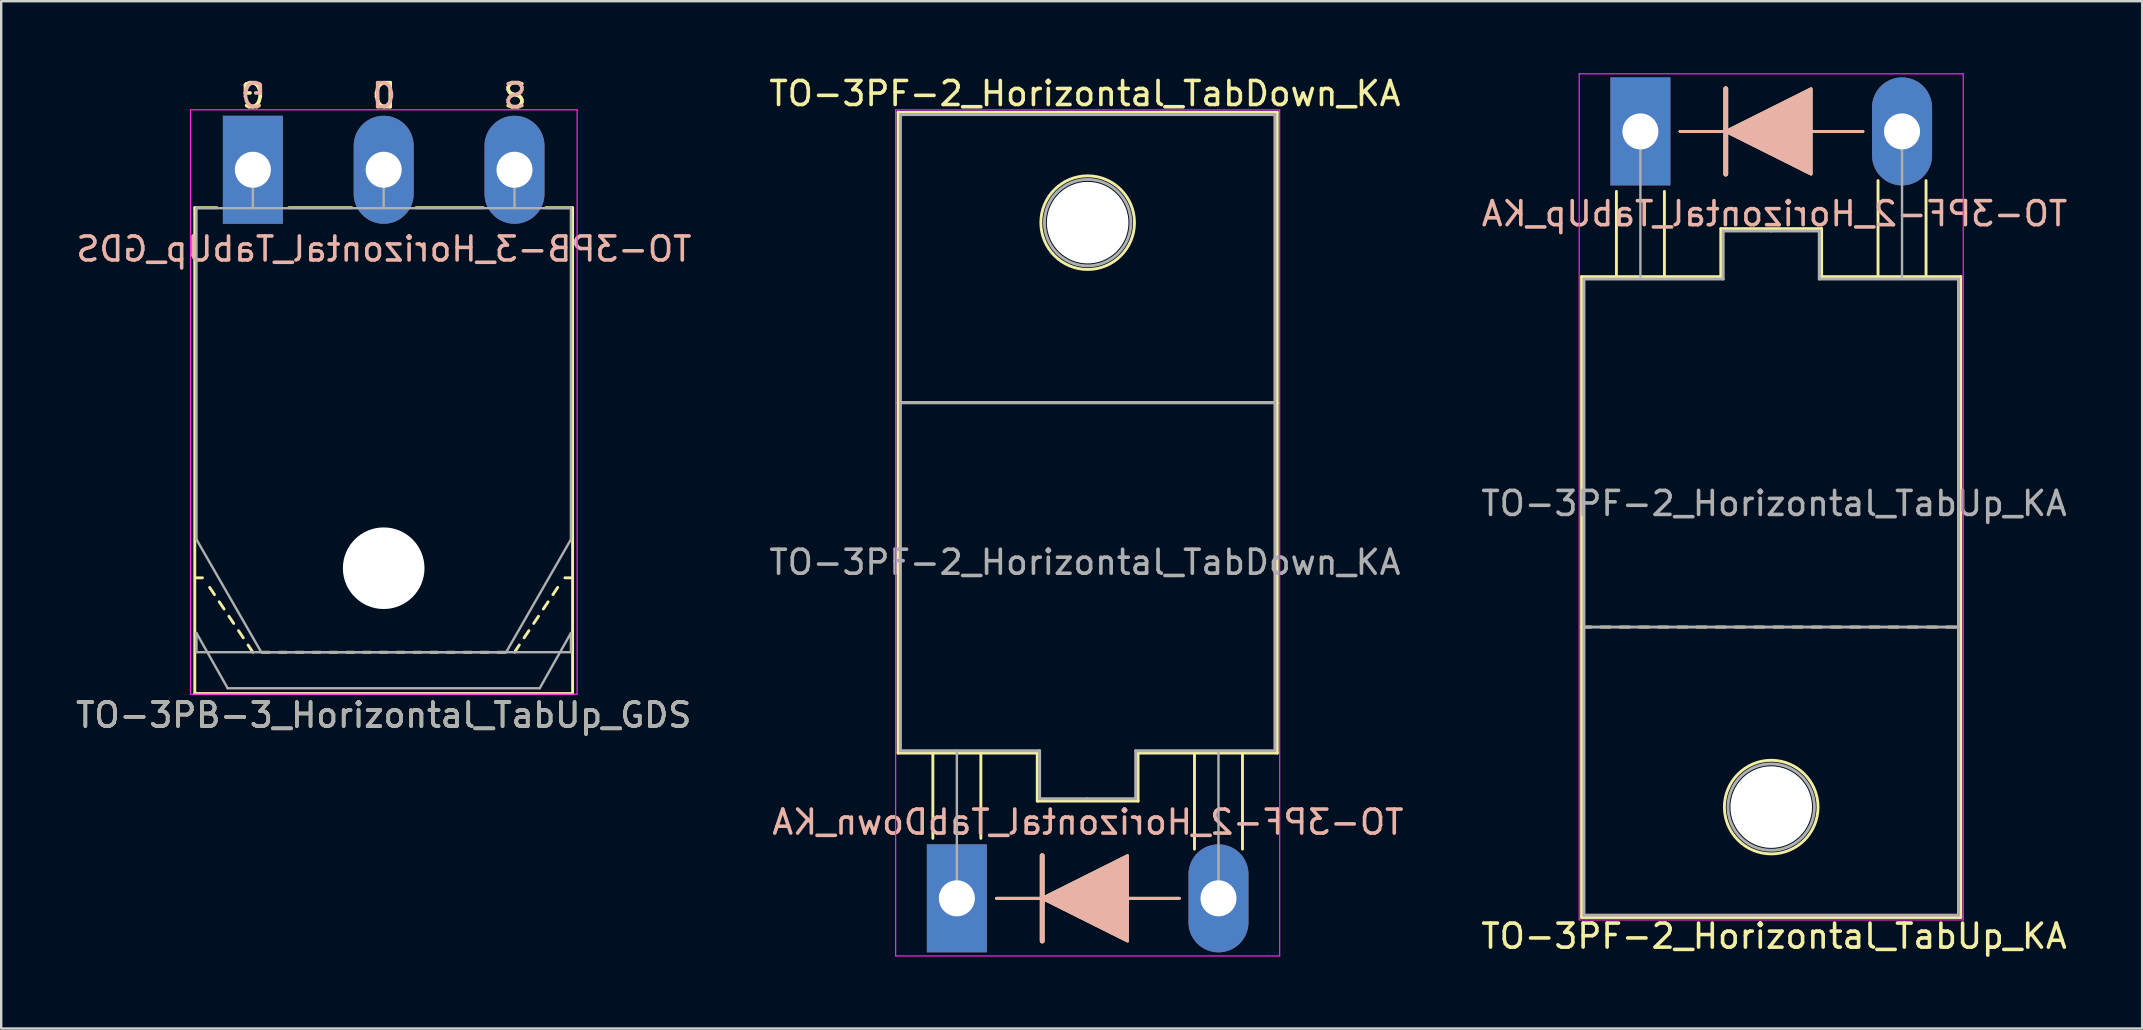
<source format=kicad_pcb>
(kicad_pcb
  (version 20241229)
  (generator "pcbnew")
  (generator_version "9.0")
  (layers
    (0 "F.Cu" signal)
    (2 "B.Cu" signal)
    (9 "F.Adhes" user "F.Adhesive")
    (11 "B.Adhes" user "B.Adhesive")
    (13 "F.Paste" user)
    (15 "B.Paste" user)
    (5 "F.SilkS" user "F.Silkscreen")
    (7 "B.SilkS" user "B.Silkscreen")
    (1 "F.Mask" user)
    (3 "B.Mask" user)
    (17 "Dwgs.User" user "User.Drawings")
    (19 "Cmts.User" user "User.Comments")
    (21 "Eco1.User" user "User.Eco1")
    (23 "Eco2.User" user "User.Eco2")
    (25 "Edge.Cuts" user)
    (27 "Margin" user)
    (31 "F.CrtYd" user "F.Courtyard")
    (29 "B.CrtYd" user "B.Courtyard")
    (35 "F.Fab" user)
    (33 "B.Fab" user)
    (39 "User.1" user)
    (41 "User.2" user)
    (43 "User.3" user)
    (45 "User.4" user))
  (footprint "TO-3PF-2_Horizontal_TabDown_KA"
    (layer "F.Cu")
    (at 36.814 34.376)
    (property "Reference" "TO-3PF-2_Horizontal_TabDown_KA" (at 5.334 -33.528 0) (layer "F.SilkS") (effects (font (size 1 1) (thickness 0.15))))
    (attr through_hole)
    (fp_line (start -2.45 -32.75) (end 13.35 -32.75) (stroke (width 0.12) (type solid)) (layer "F.SilkS"))
    (fp_line (start -2.45 -6.05) (end -2.45 -32.75) (stroke (width 0.12) (type solid)) (layer "F.SilkS"))
    (fp_line (start -1 -6) (end -1 -2.5) (stroke (width 0.12) (type solid)) (layer "F.SilkS"))
    (fp_line (start 1 -6) (end 1 -2.5) (stroke (width 0.12) (type solid)) (layer "F.SilkS"))
    (fp_line (start 1.651 0) (end 9.271 0) (stroke (width 0.12) (type default)) (layer "F.SilkS"))
    (fp_line (start 3.35 -6.05) (end -2.45 -6.05) (stroke (width 0.12) (type solid)) (layer "F.SilkS"))
    (fp_line (start 3.35 -4.05) (end 3.35 -6.05) (stroke (width 0.12) (type solid)) (layer "F.SilkS"))
    (fp_line (start 3.556 -1.778) (end 3.556 0) (stroke (width 0.2) (type default)) (layer "F.SilkS"))
    (fp_line (start 3.556 1.778) (end 3.556 0) (stroke (width 0.2) (type default)) (layer "F.SilkS"))
    (fp_line (start 7.55 -6.05) (end 7.55 -4.05) (stroke (width 0.12) (type solid)) (layer "F.SilkS"))
    (fp_line (start 7.55 -4.05) (end 3.35 -4.05) (stroke (width 0.12) (type solid)) (layer "F.SilkS"))
    (fp_line (start 9.9 -6) (end 9.9 -2.05) (stroke (width 0.12) (type solid)) (layer "F.SilkS"))
    (fp_line (start 11.9 -6) (end 11.9 -2.05) (stroke (width 0.12) (type solid)) (layer "F.SilkS"))
    (fp_line (start 13.35 -32.75) (end 13.35 -6.05) (stroke (width 0.12) (type solid)) (layer "F.SilkS"))
    (fp_line (start 13.35 -20.65) (end -2.45 -20.65) (stroke (width 0.12) (type solid)) (layer "F.SilkS"))
    (fp_line (start 13.35 -6.05) (end 7.55 -6.05) (stroke (width 0.12) (type solid)) (layer "F.SilkS"))
    (fp_circle (center 5.45 -28.15) (end 7.4 -28.15) (stroke (width 0.12) (type solid)) (fill no) (layer "F.SilkS"))
    (fp_poly (pts (xy 3.556 0) (xy 7.112 -1.778) (xy 7.112 1.778)) (stroke (width 0.12) (type solid)) (fill yes) (layer "F.SilkS"))
    (fp_line (start 1.651 0) (end 9.271 0) (stroke (width 0.12) (type default)) (layer "B.SilkS"))
    (fp_line (start 3.556 -1.778) (end 3.556 0) (stroke (width 0.2) (type default)) (layer "B.SilkS"))
    (fp_line (start 3.556 1.778) (end 3.556 0) (stroke (width 0.2) (type default)) (layer "B.SilkS"))
    (fp_poly (pts (xy 3.556 0) (xy 7.112 1.778) (xy 7.112 -1.778)) (stroke (width 0.12) (type solid)) (fill yes) (layer "B.SilkS"))
    (fp_line (start -2.55 -32.85) (end -2.55 2.4) (stroke (width 0.05) (type solid)) (layer "F.CrtYd"))
    (fp_line (start -2.55 2.4) (end 13.45 2.4) (stroke (width 0.05) (type solid)) (layer "F.CrtYd"))
    (fp_line (start 13.45 -32.85) (end -2.55 -32.85) (stroke (width 0.05) (type solid)) (layer "F.CrtYd"))
    (fp_line (start 13.45 2.4) (end 13.45 -32.85) (stroke (width 0.05) (type solid)) (layer "F.CrtYd"))
    (fp_line (start -2.35 -32.65) (end 13.25 -32.65) (stroke (width 0.12) (type solid)) (layer "F.Fab"))
    (fp_line (start -2.35 -20.65) (end 13.25 -20.65) (stroke (width 0.12) (type solid)) (layer "F.Fab"))
    (fp_line (start -2.35 -6.15) (end -2.35 -32.65) (stroke (width 0.12) (type solid)) (layer "F.Fab"))
    (fp_line (start 0 0) (end 0 -6.15) (stroke (width 0.1) (type solid)) (layer "F.Fab"))
    (fp_line (start 3.45 -6.15) (end -2.35 -6.15) (stroke (width 0.12) (type solid)) (layer "F.Fab"))
    (fp_line (start 3.45 -4.15) (end 3.45 -6.15) (stroke (width 0.12) (type solid)) (layer "F.Fab"))
    (fp_line (start 5.45 -4.15) (end 3.45 -4.15) (stroke (width 0.12) (type solid)) (layer "F.Fab"))
    (fp_line (start 5.45 -4.15) (end 7.45 -4.15) (stroke (width 0.12) (type solid)) (layer "F.Fab"))
    (fp_line (start 7.45 -4.15) (end 7.45 -6.15) (stroke (width 0.12) (type solid)) (layer "F.Fab"))
    (fp_line (start 10.9 -6.1) (end 10.9 0) (stroke (width 0.1) (type solid)) (layer "F.Fab"))
    (fp_line (start 13.25 -32.65) (end 13.25 -6.15) (stroke (width 0.12) (type solid)) (layer "F.Fab"))
    (fp_line (start 13.25 -6.15) (end 7.45 -6.15) (stroke (width 0.12) (type solid)) (layer "F.Fab"))
    (fp_circle (center 5.45 -28.15) (end 7.25 -28.15) (stroke (width 0.12) (type solid)) (fill no) (layer "F.Fab"))
    (fp_text user "${REFERENCE}" (at 5.461 -3.175 0) (layer "B.SilkS") (effects (font (size 1 1) (thickness 0.15)) (justify mirror)))
    (fp_text user "${REFERENCE}" (at 5.334 -14 0) (layer "F.Fab") (effects (font (size 1 1) (thickness 0.15))))
    (pad "" np_thru_hole circle (at 5.45 -28.15) (size 3.4 3.4) (drill 3.4) (layers "*.Cu" "*.Mask"))
    (pad "1" thru_hole rect (at 0 0) (size 2.5 4.5) (drill 1.5) (layers "*.Cu" "*.Mask"))
    (pad "2" thru_hole oval (at 10.9 0) (size 2.5 4.5) (drill 1.5) (layers "*.Cu" "*.Mask")))
  (footprint "TO-3PF-2_Horizontal_TabUp_KA"
    (layer "F.Cu")
    (at 65.292 2.425)
    (property "Reference" "TO-3PF-2_Horizontal_TabUp_KA" (at 5.566 33.528 180) (layer "F.SilkS") (effects (font (size 1 1) (thickness 0.15))))
    (attr through_hole)
    (fp_line (start -2.45 6.05) (end 3.35 6.05) (stroke (width 0.12) (type solid)) (layer "F.SilkS"))
    (fp_line (start -2.45 20.65) (end -2.05 20.65) (stroke (width 0.12) (type solid)) (layer "F.SilkS"))
    (fp_line (start -2.45 32.75) (end -2.45 6.05) (stroke (width 0.12) (type solid)) (layer "F.SilkS"))
    (fp_line (start -1.65 20.65) (end -1.25 20.65) (stroke (width 0.12) (type solid)) (layer "F.SilkS"))
    (fp_line (start -1 6) (end -1 2.5) (stroke (width 0.12) (type solid)) (layer "F.SilkS"))
    (fp_line (start -0.85 20.65) (end -0.45 20.65) (stroke (width 0.12) (type solid)) (layer "F.SilkS"))
    (fp_line (start -0.05 20.65) (end 0.35 20.65) (stroke (width 0.12) (type solid)) (layer "F.SilkS"))
    (fp_line (start 0.75 20.65) (end 1.15 20.65) (stroke (width 0.12) (type solid)) (layer "F.SilkS"))
    (fp_line (start 1 6) (end 1 2.5) (stroke (width 0.12) (type solid)) (layer "F.SilkS"))
    (fp_line (start 1.55 20.65) (end 1.95 20.65) (stroke (width 0.12) (type solid)) (layer "F.SilkS"))
    (fp_line (start 1.651 0) (end 9.271 0) (stroke (width 0.12) (type default)) (layer "F.SilkS"))
    (fp_line (start 2.35 20.65) (end 2.75 20.65) (stroke (width 0.12) (type solid)) (layer "F.SilkS"))
    (fp_line (start 3.15 20.65) (end 3.55 20.65) (stroke (width 0.12) (type solid)) (layer "F.SilkS"))
    (fp_line (start 3.35 4.05) (end 7.55 4.05) (stroke (width 0.12) (type solid)) (layer "F.SilkS"))
    (fp_line (start 3.35 6.05) (end 3.35 4.05) (stroke (width 0.12) (type solid)) (layer "F.SilkS"))
    (fp_line (start 3.556 -1.778) (end 3.556 0) (stroke (width 0.2) (type default)) (layer "F.SilkS"))
    (fp_line (start 3.556 1.778) (end 3.556 0) (stroke (width 0.2) (type default)) (layer "F.SilkS"))
    (fp_line (start 3.95 20.65) (end 4.35 20.65) (stroke (width 0.12) (type solid)) (layer "F.SilkS"))
    (fp_line (start 4.75 20.65) (end 5.15 20.65) (stroke (width 0.12) (type solid)) (layer "F.SilkS"))
    (fp_line (start 5.55 20.65) (end 5.95 20.65) (stroke (width 0.12) (type solid)) (layer "F.SilkS"))
    (fp_line (start 6.35 20.65) (end 6.75 20.65) (stroke (width 0.12) (type solid)) (layer "F.SilkS"))
    (fp_line (start 7.15 20.65) (end 7.55 20.65) (stroke (width 0.12) (type solid)) (layer "F.SilkS"))
    (fp_line (start 7.55 4.05) (end 7.55 6.05) (stroke (width 0.12) (type solid)) (layer "F.SilkS"))
    (fp_line (start 7.55 6.05) (end 13.35 6.05) (stroke (width 0.12) (type solid)) (layer "F.SilkS"))
    (fp_line (start 7.95 20.65) (end 8.35 20.65) (stroke (width 0.12) (type solid)) (layer "F.SilkS"))
    (fp_line (start 8.75 20.65) (end 9.15 20.65) (stroke (width 0.12) (type solid)) (layer "F.SilkS"))
    (fp_line (start 9.55 20.65) (end 9.95 20.65) (stroke (width 0.12) (type solid)) (layer "F.SilkS"))
    (fp_line (start 9.9 6) (end 9.9 2.05) (stroke (width 0.12) (type solid)) (layer "F.SilkS"))
    (fp_line (start 10.35 20.65) (end 10.75 20.65) (stroke (width 0.12) (type solid)) (layer "F.SilkS"))
    (fp_line (start 11.15 20.65) (end 11.55 20.65) (stroke (width 0.12) (type solid)) (layer "F.SilkS"))
    (fp_line (start 11.9 6) (end 11.9 2.05) (stroke (width 0.12) (type solid)) (layer "F.SilkS"))
    (fp_line (start 11.95 20.65) (end 12.35 20.65) (stroke (width 0.12) (type solid)) (layer "F.SilkS"))
    (fp_line (start 12.75 20.65) (end 13.15 20.65) (stroke (width 0.12) (type solid)) (layer "F.SilkS"))
    (fp_line (start 13.35 6.05) (end 13.35 32.75) (stroke (width 0.12) (type solid)) (layer "F.SilkS"))
    (fp_line (start 13.35 32.75) (end -2.45 32.75) (stroke (width 0.12) (type solid)) (layer "F.SilkS"))
    (fp_circle (center 5.45 28.15) (end 3.5 28.15) (stroke (width 0.12) (type solid)) (fill no) (layer "F.SilkS"))
    (fp_poly (pts (xy 3.556 0) (xy 7.112 -1.778) (xy 7.112 1.778)) (stroke (width 0.12) (type solid)) (fill yes) (layer "F.SilkS"))
    (fp_line (start 1.651 0) (end 9.271 0) (stroke (width 0.12) (type default)) (layer "B.SilkS"))
    (fp_line (start 3.556 -1.778) (end 3.556 0) (stroke (width 0.2) (type default)) (layer "B.SilkS"))
    (fp_line (start 3.556 1.778) (end 3.556 0) (stroke (width 0.2) (type default)) (layer "B.SilkS"))
    (fp_poly (pts (xy 3.556 0) (xy 7.112 1.778) (xy 7.112 -1.778)) (stroke (width 0.12) (type solid)) (fill yes) (layer "B.SilkS"))
    (fp_line (start -2.55 -2.4) (end -2.55 32.85) (stroke (width 0.05) (type solid)) (layer "F.CrtYd"))
    (fp_line (start -2.55 32.85) (end 13.45 32.85) (stroke (width 0.05) (type solid)) (layer "F.CrtYd"))
    (fp_line (start 13.45 -2.4) (end -2.55 -2.4) (stroke (width 0.05) (type solid)) (layer "F.CrtYd"))
    (fp_line (start 13.45 32.85) (end 13.45 -2.4) (stroke (width 0.05) (type solid)) (layer "F.CrtYd"))
    (fp_line (start -2.35 6.15) (end 3.45 6.15) (stroke (width 0.12) (type solid)) (layer "F.Fab"))
    (fp_line (start -2.35 32.65) (end -2.35 6.15) (stroke (width 0.12) (type solid)) (layer "F.Fab"))
    (fp_line (start 0 6.1) (end 0 0) (stroke (width 0.1) (type solid)) (layer "F.Fab"))
    (fp_line (start 3.45 4.15) (end 3.45 6.15) (stroke (width 0.12) (type solid)) (layer "F.Fab"))
    (fp_line (start 5.45 4.15) (end 3.45 4.15) (stroke (width 0.12) (type solid)) (layer "F.Fab"))
    (fp_line (start 5.45 4.15) (end 7.45 4.15) (stroke (width 0.12) (type solid)) (layer "F.Fab"))
    (fp_line (start 7.45 4.15) (end 7.45 6.15) (stroke (width 0.12) (type solid)) (layer "F.Fab"))
    (fp_line (start 7.45 6.15) (end 13.25 6.15) (stroke (width 0.12) (type solid)) (layer "F.Fab"))
    (fp_line (start 10.9 0) (end 10.9 6.15) (stroke (width 0.1) (type solid)) (layer "F.Fab"))
    (fp_line (start 13.25 6.15) (end 13.25 32.65) (stroke (width 0.12) (type solid)) (layer "F.Fab"))
    (fp_line (start 13.25 20.65) (end -2.35 20.65) (stroke (width 0.12) (type solid)) (layer "F.Fab"))
    (fp_line (start 13.25 32.65) (end -2.35 32.65) (stroke (width 0.12) (type solid)) (layer "F.Fab"))
    (fp_circle (center 5.45 28.15) (end 3.65 28.15) (stroke (width 0.12) (type solid)) (fill no) (layer "F.Fab"))
    (fp_text user "${REFERENCE}" (at 5.588 3.429 0) (layer "B.SilkS") (effects (font (size 1 1) (thickness 0.15)) (justify mirror)))
    (fp_text user "${REFERENCE}" (at 5.566 15.5 180) (layer "F.Fab") (effects (font (size 1 1) (thickness 0.15))))
    (pad "" np_thru_hole circle (at 5.45 28.15) (size 3.4 3.4) (drill 3.4) (layers "*.Cu" "*.Mask"))
    (pad "1" thru_hole rect (at 0 0) (size 2.5 4.5) (drill 1.5) (layers "*.Cu" "*.Mask"))
    (pad "2" thru_hole oval (at 10.9 0) (size 2.5 4.5) (drill 1.5) (layers "*.Cu" "*.Mask")))
  (footprint "TO-3PB-3_Horizontal_TabUp_GDS"
    (layer "F.Cu")
    (at 7.485 4.023)
    (property "Reference" "TO-3PB-3_Horizontal_TabUp_GDS" (at 5.45 22.72 0) (layer "F.SilkS") (effects (font (size 1 1) (thickness 0.15))))
    (fp_line (start -2.42 21.82) (end -2.42 1.58) (stroke (width 0.12) (type solid)) (layer "F.SilkS"))
    (fp_line (start -2.1 17) (end -2.4 17) (stroke (width 0.12) (type solid)) (layer "F.SilkS"))
    (fp_line (start -1.8 17.4) (end -1.6 17.7) (stroke (width 0.12) (type solid)) (layer "F.SilkS"))
    (fp_line (start -1.5 1.58) (end -2.42 1.58) (stroke (width 0.12) (type solid)) (layer "F.SilkS"))
    (fp_line (start -1.4 18) (end -1.2 18.3) (stroke (width 0.12) (type solid)) (layer "F.SilkS"))
    (fp_line (start -1 18.6) (end -0.8 18.9) (stroke (width 0.12) (type solid)) (layer "F.SilkS"))
    (fp_line (start -0.6 19.2) (end -0.4 19.5) (stroke (width 0.12) (type solid)) (layer "F.SilkS"))
    (fp_line (start -0.2 19.8) (end 0 20.1) (stroke (width 0.12) (type solid)) (layer "F.SilkS"))
    (fp_line (start 0.7 20.1) (end 0.4 20.1) (stroke (width 0.12) (type solid)) (layer "F.SilkS"))
    (fp_line (start 1.4 20.1) (end 1.1 20.1) (stroke (width 0.12) (type solid)) (layer "F.SilkS"))
    (fp_line (start 2.1 20.1) (end 1.8 20.1) (stroke (width 0.12) (type solid)) (layer "F.SilkS"))
    (fp_line (start 2.8 20.1) (end 2.5 20.1) (stroke (width 0.12) (type solid)) (layer "F.SilkS"))
    (fp_line (start 3.5 20.1) (end 3.2 20.1) (stroke (width 0.12) (type solid)) (layer "F.SilkS"))
    (fp_line (start 4.12 1.58) (end 1.5 1.58) (stroke (width 0.12) (type solid)) (layer "F.SilkS"))
    (fp_line (start 4.2 20.1) (end 3.9 20.1) (stroke (width 0.12) (type solid)) (layer "F.SilkS"))
    (fp_line (start 4.9 20.1) (end 4.6 20.1) (stroke (width 0.12) (type solid)) (layer "F.SilkS"))
    (fp_line (start 5.6 20.1) (end 5.3 20.1) (stroke (width 0.12) (type solid)) (layer "F.SilkS"))
    (fp_line (start 6.3 20.1) (end 6 20.1) (stroke (width 0.12) (type solid)) (layer "F.SilkS"))
    (fp_line (start 7 20.1) (end 6.7 20.1) (stroke (width 0.12) (type solid)) (layer "F.SilkS"))
    (fp_line (start 7.7 20.1) (end 7.4 20.1) (stroke (width 0.12) (type solid)) (layer "F.SilkS"))
    (fp_line (start 8.4 20.1) (end 8.1 20.1) (stroke (width 0.12) (type solid)) (layer "F.SilkS"))
    (fp_line (start 9.1 20.1) (end 8.8 20.1) (stroke (width 0.12) (type solid)) (layer "F.SilkS"))
    (fp_line (start 9.6 1.58) (end 6.8 1.58) (stroke (width 0.12) (type solid)) (layer "F.SilkS"))
    (fp_line (start 9.8 20.1) (end 9.5 20.1) (stroke (width 0.12) (type solid)) (layer "F.SilkS"))
    (fp_line (start 10.5 20.1) (end 10.2 20.1) (stroke (width 0.12) (type solid)) (layer "F.SilkS"))
    (fp_line (start 11.1 19.8) (end 10.9 20.1) (stroke (width 0.12) (type solid)) (layer "F.SilkS"))
    (fp_line (start 11.5 19.2) (end 11.3 19.5) (stroke (width 0.12) (type solid)) (layer "F.SilkS"))
    (fp_line (start 11.9 18.6) (end 11.7 18.9) (stroke (width 0.12) (type solid)) (layer "F.SilkS"))
    (fp_line (start 12.3 18) (end 12.1 18.3) (stroke (width 0.12) (type solid)) (layer "F.SilkS"))
    (fp_line (start 12.7 17.4) (end 12.5 17.7) (stroke (width 0.12) (type solid)) (layer "F.SilkS"))
    (fp_line (start 13 17) (end 13.3 17) (stroke (width 0.12) (type solid)) (layer "F.SilkS"))
    (fp_line (start 13.32 1.58) (end 12.2 1.58) (stroke (width 0.12) (type solid)) (layer "F.SilkS"))
    (fp_line (start 13.32 21.82) (end -2.42 21.82) (stroke (width 0.12) (type solid)) (layer "F.SilkS"))
    (fp_line (start 13.32 21.82) (end 13.32 1.58) (stroke (width 0.12) (type solid)) (layer "F.SilkS"))
    (fp_line (start -2.6 -2.5) (end -2.6 21.85) (stroke (width 0.05) (type solid)) (layer "F.CrtYd"))
    (fp_line (start -2.6 21.85) (end 13.51 21.85) (stroke (width 0.05) (type solid)) (layer "F.CrtYd"))
    (fp_line (start 13.51 -2.5) (end -2.6 -2.5) (stroke (width 0.05) (type solid)) (layer "F.CrtYd"))
    (fp_line (start 13.51 21.85) (end 13.51 -2.5) (stroke (width 0.05) (type solid)) (layer "F.CrtYd"))
    (fp_line (start -2.35 1.6) (end -2.35 15.401) (stroke (width 0.1) (type solid)) (layer "F.Fab"))
    (fp_line (start -2.35 15.401) (end 0.351 20.1) (stroke (width 0.1) (type solid)) (layer "F.Fab"))
    (fp_line (start -2.35 19.3) (end -1.05 21.6) (stroke (width 0.1) (type solid)) (layer "F.Fab"))
    (fp_line (start -2.35 20.1) (end -2.35 19.3) (stroke (width 0.1) (type solid)) (layer "F.Fab"))
    (fp_line (start -1.05 21.6) (end 11.95 21.6) (stroke (width 0.1) (type solid)) (layer "F.Fab"))
    (fp_line (start 0 1.6) (end 0 0) (stroke (width 0.1) (type solid)) (layer "F.Fab"))
    (fp_line (start 0.351 20.1) (end 10.55 20.1) (stroke (width 0.1) (type solid)) (layer "F.Fab"))
    (fp_line (start 5.45 1.6) (end 5.45 0) (stroke (width 0.1) (type solid)) (layer "F.Fab"))
    (fp_line (start 10.55 20.1) (end 13.25 15.401) (stroke (width 0.1) (type solid)) (layer "F.Fab"))
    (fp_line (start 10.9 1.6) (end 10.9 0) (stroke (width 0.1) (type solid)) (layer "F.Fab"))
    (fp_line (start 11.95 21.6) (end 13.25 19.3) (stroke (width 0.1) (type solid)) (layer "F.Fab"))
    (fp_line (start 13.25 1.6) (end -2.35 1.6) (stroke (width 0.1) (type solid)) (layer "F.Fab"))
    (fp_line (start 13.25 15.401) (end 13.25 1.6) (stroke (width 0.1) (type solid)) (layer "F.Fab"))
    (fp_line (start 13.25 19.3) (end 13.25 20.1) (stroke (width 0.1) (type solid)) (layer "F.Fab"))
    (fp_line (start 13.25 20.1) (end -2.35 20.1) (stroke (width 0.1) (type solid)) (layer "F.Fab"))
    (fp_circle (center 5.45 16.6) (end 7.05 16.6) (stroke (width 0.1) (type solid)) (fill no) (layer "F.Fab"))
    (fp_text user "D" (at 5.461 -3.175 180) (unlocked yes) (layer "F.SilkS") (effects (font (size 1 1) (thickness 0.15))))
    (fp_text user "G" (at 0 -3.175 180) (unlocked yes) (layer "F.SilkS") (effects (font (size 1 1) (thickness 0.15))))
    (fp_text user "S" (at 10.922 -3.175 180) (unlocked yes) (layer "F.SilkS") (effects (font (size 1 1) (thickness 0.15))))
    (fp_text user "D" (at 5.461 -3.175 180) (unlocked yes) (layer "B.SilkS") (effects (font (size 1 1) (thickness 0.15)) (justify mirror)))
    (fp_text user "S" (at 10.922 -3.175 180) (unlocked yes) (layer "B.SilkS") (effects (font (size 1 1) (thickness 0.15)) (justify mirror)))
    (fp_text user "G" (at 0 -3.175 180) (unlocked yes) (layer "B.SilkS") (effects (font (size 1 1) (thickness 0.15)) (justify mirror)))
    (fp_text user "${REFERENCE}" (at 5.461 3.302 0) (layer "B.SilkS") (effects (font (size 1 1) (thickness 0.15)) (justify mirror)))
    (fp_text user "${REFERENCE}" (at 5.45 22.72 0) (layer "F.Fab") (effects (font (size 1 1) (thickness 0.15))))
    (pad "" np_thru_hole oval (at 5.45 16.6) (size 3.4 3.4) (drill 3.4) (layers "*.Cu" "*.Mask"))
    (pad "1" thru_hole rect (at 0 0) (size 2.5 4.5) (drill 1.5) (layers "*.Cu" "*.Mask"))
    (pad "2" thru_hole oval (at 5.45 0) (size 2.5 4.5) (drill 1.5) (layers "*.Cu" "*.Mask"))
    (pad "3" thru_hole oval (at 10.9 0) (size 2.5 4.5) (drill 1.5) (layers "*.Cu" "*.Mask")))
  (gr_rect
    (start -3 -3)
    (end 86.196 39.801)
    (stroke (width 0.1) (type default))
    (fill no)
    (layer "Edge.Cuts")))
</source>
